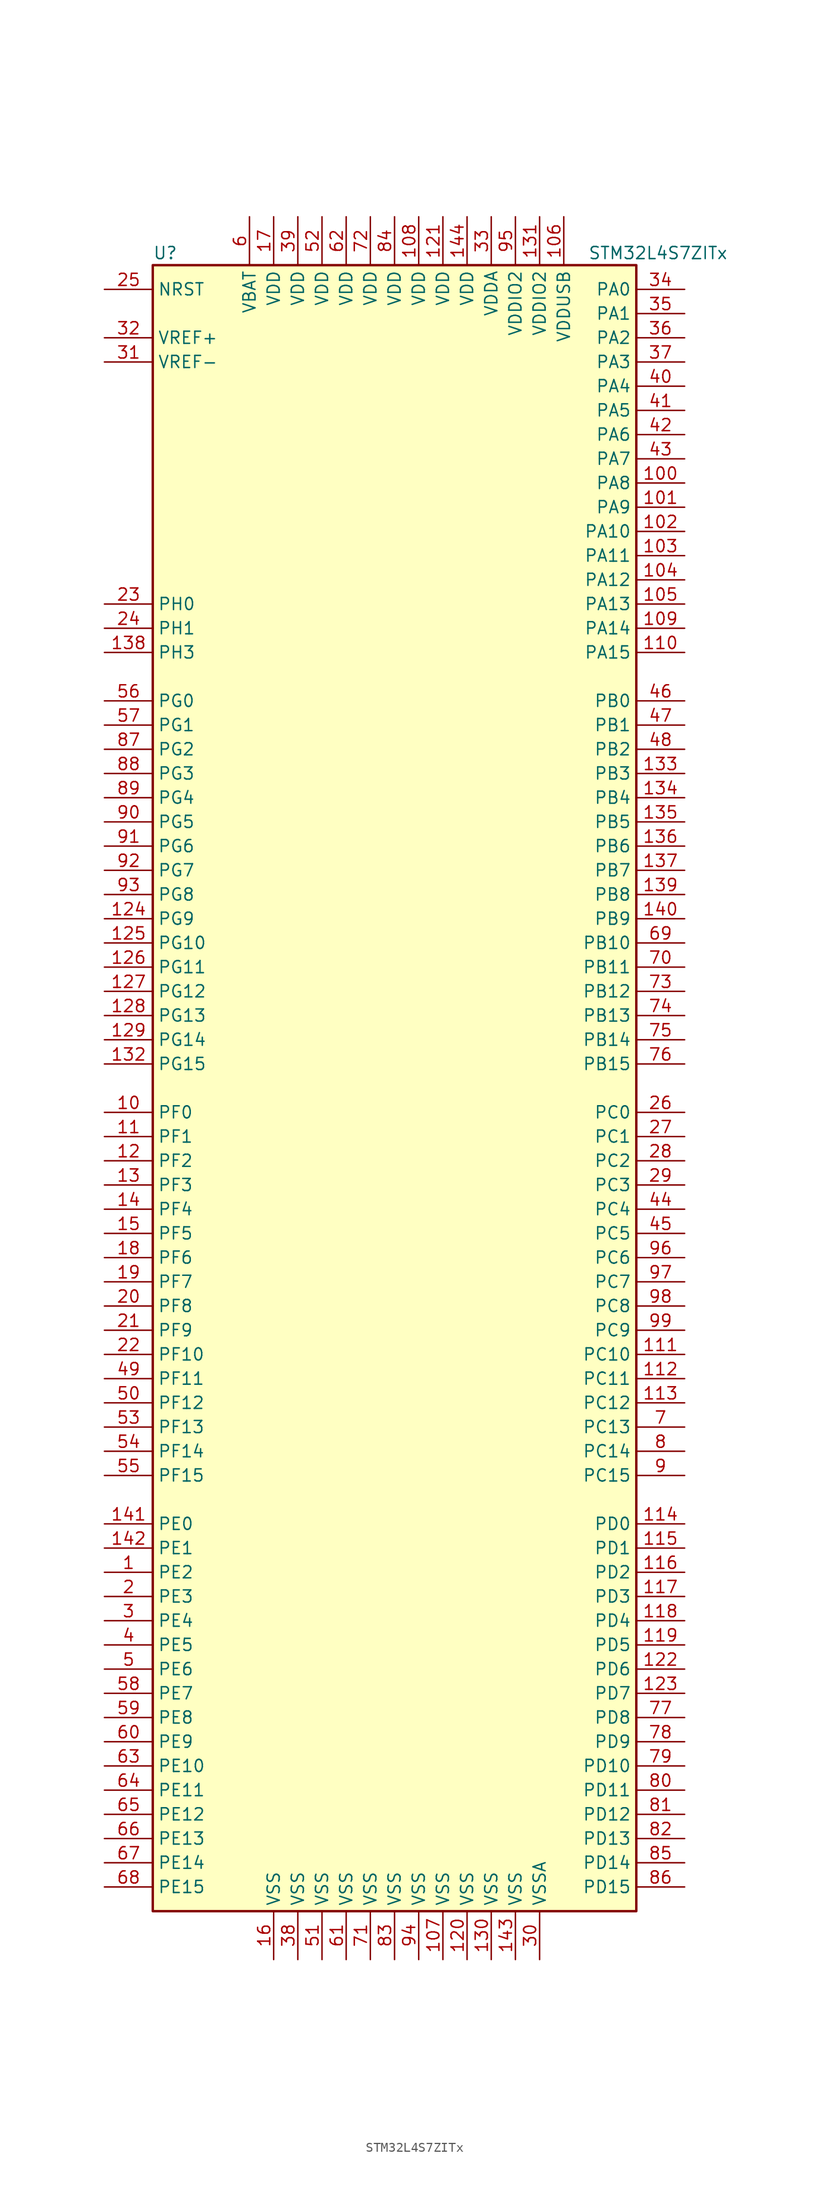
<source format=kicad_sym>
(kicad_symbol_lib
  (version 20220914)
  (generator kicad_symbol_editor)
  (symbol "STM32L4S7ZITx"
    (property "Reference" "U"
      (at -25.4 87.63 0)
      (effects (font (size 1.27 1.27)) (justify left)))
    (property "Value" "STM32L4S7ZITx"
      (at 20.32 87.63 0)
      (effects (font (size 1.27 1.27)) (justify left)))
    (symbol "STM32L4S7ZITx_0_1"
      (rectangle (start -25.4 -86.36) (end 25.4 86.36) (stroke (width 0.254) (type default)) (fill (type background))))
    (symbol "STM32L4S7ZITx_1_1"
      (pin bidirectional line (at -30.48 -50.8 0) (length 5.08) (name "PE2" (effects (font (size 1.27 1.27)))) (number "1" (effects (font (size 1.27 1.27)))))
      (pin bidirectional line (at -30.48 -2.54 0) (length 5.08) (name "PF0" (effects (font (size 1.27 1.27)))) (number "10" (effects (font (size 1.27 1.27)))))
      (pin bidirectional line (at 30.48 63.5 180) (length 5.08) (name "PA8" (effects (font (size 1.27 1.27)))) (number "100" (effects (font (size 1.27 1.27)))))
      (pin bidirectional line (at 30.48 60.96 180) (length 5.08) (name "PA9" (effects (font (size 1.27 1.27)))) (number "101" (effects (font (size 1.27 1.27)))))
      (pin bidirectional line (at 30.48 58.42 180) (length 5.08) (name "PA10" (effects (font (size 1.27 1.27)))) (number "102" (effects (font (size 1.27 1.27)))))
      (pin bidirectional line (at 30.48 55.88 180) (length 5.08) (name "PA11" (effects (font (size 1.27 1.27)))) (number "103" (effects (font (size 1.27 1.27)))))
      (pin bidirectional line (at 30.48 53.34 180) (length 5.08) (name "PA12" (effects (font (size 1.27 1.27)))) (number "104" (effects (font (size 1.27 1.27)))))
      (pin bidirectional line (at 30.48 50.8 180) (length 5.08) (name "PA13" (effects (font (size 1.27 1.27)))) (number "105" (effects (font (size 1.27 1.27)))))
      (pin power_in line (at 17.78 91.44 270) (length 5.08) (name "VDDUSB" (effects (font (size 1.27 1.27)))) (number "106" (effects (font (size 1.27 1.27)))))
      (pin power_in line (at 5.08 -91.44 90) (length 5.08) (name "VSS" (effects (font (size 1.27 1.27)))) (number "107" (effects (font (size 1.27 1.27)))))
      (pin power_in line (at 2.54 91.44 270) (length 5.08) (name "VDD" (effects (font (size 1.27 1.27)))) (number "108" (effects (font (size 1.27 1.27)))))
      (pin bidirectional line (at 30.48 48.26 180) (length 5.08) (name "PA14" (effects (font (size 1.27 1.27)))) (number "109" (effects (font (size 1.27 1.27)))))
      (pin bidirectional line (at -30.48 -5.08 0) (length 5.08) (name "PF1" (effects (font (size 1.27 1.27)))) (number "11" (effects (font (size 1.27 1.27)))))
      (pin bidirectional line (at 30.48 45.72 180) (length 5.08) (name "PA15" (effects (font (size 1.27 1.27)))) (number "110" (effects (font (size 1.27 1.27)))))
      (pin bidirectional line (at 30.48 -27.94 180) (length 5.08) (name "PC10" (effects (font (size 1.27 1.27)))) (number "111" (effects (font (size 1.27 1.27)))))
      (pin bidirectional line (at 30.48 -30.48 180) (length 5.08) (name "PC11" (effects (font (size 1.27 1.27)))) (number "112" (effects (font (size 1.27 1.27)))))
      (pin bidirectional line (at 30.48 -33.02 180) (length 5.08) (name "PC12" (effects (font (size 1.27 1.27)))) (number "113" (effects (font (size 1.27 1.27)))))
      (pin bidirectional line (at 30.48 -45.72 180) (length 5.08) (name "PD0" (effects (font (size 1.27 1.27)))) (number "114" (effects (font (size 1.27 1.27)))))
      (pin bidirectional line (at 30.48 -48.26 180) (length 5.08) (name "PD1" (effects (font (size 1.27 1.27)))) (number "115" (effects (font (size 1.27 1.27)))))
      (pin bidirectional line (at 30.48 -50.8 180) (length 5.08) (name "PD2" (effects (font (size 1.27 1.27)))) (number "116" (effects (font (size 1.27 1.27)))))
      (pin bidirectional line (at 30.48 -53.34 180) (length 5.08) (name "PD3" (effects (font (size 1.27 1.27)))) (number "117" (effects (font (size 1.27 1.27)))))
      (pin bidirectional line (at 30.48 -55.88 180) (length 5.08) (name "PD4" (effects (font (size 1.27 1.27)))) (number "118" (effects (font (size 1.27 1.27)))))
      (pin bidirectional line (at 30.48 -58.42 180) (length 5.08) (name "PD5" (effects (font (size 1.27 1.27)))) (number "119" (effects (font (size 1.27 1.27)))))
      (pin bidirectional line (at -30.48 -7.62 0) (length 5.08) (name "PF2" (effects (font (size 1.27 1.27)))) (number "12" (effects (font (size 1.27 1.27)))))
      (pin power_in line (at 7.62 -91.44 90) (length 5.08) (name "VSS" (effects (font (size 1.27 1.27)))) (number "120" (effects (font (size 1.27 1.27)))))
      (pin power_in line (at 5.08 91.44 270) (length 5.08) (name "VDD" (effects (font (size 1.27 1.27)))) (number "121" (effects (font (size 1.27 1.27)))))
      (pin bidirectional line (at 30.48 -60.96 180) (length 5.08) (name "PD6" (effects (font (size 1.27 1.27)))) (number "122" (effects (font (size 1.27 1.27)))))
      (pin bidirectional line (at 30.48 -63.5 180) (length 5.08) (name "PD7" (effects (font (size 1.27 1.27)))) (number "123" (effects (font (size 1.27 1.27)))))
      (pin bidirectional line (at -30.48 17.78 0) (length 5.08) (name "PG9" (effects (font (size 1.27 1.27)))) (number "124" (effects (font (size 1.27 1.27)))))
      (pin bidirectional line (at -30.48 15.24 0) (length 5.08) (name "PG10" (effects (font (size 1.27 1.27)))) (number "125" (effects (font (size 1.27 1.27)))))
      (pin bidirectional line (at -30.48 12.7 0) (length 5.08) (name "PG11" (effects (font (size 1.27 1.27)))) (number "126" (effects (font (size 1.27 1.27)))))
      (pin bidirectional line (at -30.48 10.16 0) (length 5.08) (name "PG12" (effects (font (size 1.27 1.27)))) (number "127" (effects (font (size 1.27 1.27)))))
      (pin bidirectional line (at -30.48 7.62 0) (length 5.08) (name "PG13" (effects (font (size 1.27 1.27)))) (number "128" (effects (font (size 1.27 1.27)))))
      (pin bidirectional line (at -30.48 5.08 0) (length 5.08) (name "PG14" (effects (font (size 1.27 1.27)))) (number "129" (effects (font (size 1.27 1.27)))))
      (pin bidirectional line (at -30.48 -10.16 0) (length 5.08) (name "PF3" (effects (font (size 1.27 1.27)))) (number "13" (effects (font (size 1.27 1.27)))))
      (pin power_in line (at 10.16 -91.44 90) (length 5.08) (name "VSS" (effects (font (size 1.27 1.27)))) (number "130" (effects (font (size 1.27 1.27)))))
      (pin power_in line (at 15.24 91.44 270) (length 5.08) (name "VDDIO2" (effects (font (size 1.27 1.27)))) (number "131" (effects (font (size 1.27 1.27)))))
      (pin bidirectional line (at -30.48 2.54 0) (length 5.08) (name "PG15" (effects (font (size 1.27 1.27)))) (number "132" (effects (font (size 1.27 1.27)))))
      (pin bidirectional line (at 30.48 33.02 180) (length 5.08) (name "PB3" (effects (font (size 1.27 1.27)))) (number "133" (effects (font (size 1.27 1.27)))))
      (pin bidirectional line (at 30.48 30.48 180) (length 5.08) (name "PB4" (effects (font (size 1.27 1.27)))) (number "134" (effects (font (size 1.27 1.27)))))
      (pin bidirectional line (at 30.48 27.94 180) (length 5.08) (name "PB5" (effects (font (size 1.27 1.27)))) (number "135" (effects (font (size 1.27 1.27)))))
      (pin bidirectional line (at 30.48 25.4 180) (length 5.08) (name "PB6" (effects (font (size 1.27 1.27)))) (number "136" (effects (font (size 1.27 1.27)))))
      (pin bidirectional line (at 30.48 22.86 180) (length 5.08) (name "PB7" (effects (font (size 1.27 1.27)))) (number "137" (effects (font (size 1.27 1.27)))))
      (pin bidirectional line (at -30.48 45.72 0) (length 5.08) (name "PH3" (effects (font (size 1.27 1.27)))) (number "138" (effects (font (size 1.27 1.27)))))
      (pin bidirectional line (at 30.48 20.32 180) (length 5.08) (name "PB8" (effects (font (size 1.27 1.27)))) (number "139" (effects (font (size 1.27 1.27)))))
      (pin bidirectional line (at -30.48 -12.7 0) (length 5.08) (name "PF4" (effects (font (size 1.27 1.27)))) (number "14" (effects (font (size 1.27 1.27)))))
      (pin bidirectional line (at 30.48 17.78 180) (length 5.08) (name "PB9" (effects (font (size 1.27 1.27)))) (number "140" (effects (font (size 1.27 1.27)))))
      (pin bidirectional line (at -30.48 -45.72 0) (length 5.08) (name "PE0" (effects (font (size 1.27 1.27)))) (number "141" (effects (font (size 1.27 1.27)))))
      (pin bidirectional line (at -30.48 -48.26 0) (length 5.08) (name "PE1" (effects (font (size 1.27 1.27)))) (number "142" (effects (font (size 1.27 1.27)))))
      (pin power_in line (at 12.7 -91.44 90) (length 5.08) (name "VSS" (effects (font (size 1.27 1.27)))) (number "143" (effects (font (size 1.27 1.27)))))
      (pin power_in line (at 7.62 91.44 270) (length 5.08) (name "VDD" (effects (font (size 1.27 1.27)))) (number "144" (effects (font (size 1.27 1.27)))))
      (pin bidirectional line (at -30.48 -15.24 0) (length 5.08) (name "PF5" (effects (font (size 1.27 1.27)))) (number "15" (effects (font (size 1.27 1.27)))))
      (pin power_in line (at -12.7 -91.44 90) (length 5.08) (name "VSS" (effects (font (size 1.27 1.27)))) (number "16" (effects (font (size 1.27 1.27)))))
      (pin power_in line (at -12.7 91.44 270) (length 5.08) (name "VDD" (effects (font (size 1.27 1.27)))) (number "17" (effects (font (size 1.27 1.27)))))
      (pin bidirectional line (at -30.48 -17.78 0) (length 5.08) (name "PF6" (effects (font (size 1.27 1.27)))) (number "18" (effects (font (size 1.27 1.27)))))
      (pin bidirectional line (at -30.48 -20.32 0) (length 5.08) (name "PF7" (effects (font (size 1.27 1.27)))) (number "19" (effects (font (size 1.27 1.27)))))
      (pin bidirectional line (at -30.48 -53.34 0) (length 5.08) (name "PE3" (effects (font (size 1.27 1.27)))) (number "2" (effects (font (size 1.27 1.27)))))
      (pin bidirectional line (at -30.48 -22.86 0) (length 5.08) (name "PF8" (effects (font (size 1.27 1.27)))) (number "20" (effects (font (size 1.27 1.27)))))
      (pin bidirectional line (at -30.48 -25.4 0) (length 5.08) (name "PF9" (effects (font (size 1.27 1.27)))) (number "21" (effects (font (size 1.27 1.27)))))
      (pin bidirectional line (at -30.48 -27.94 0) (length 5.08) (name "PF10" (effects (font (size 1.27 1.27)))) (number "22" (effects (font (size 1.27 1.27)))))
      (pin input line (at -30.48 50.8 0) (length 5.08) (name "PH0" (effects (font (size 1.27 1.27)))) (number "23" (effects (font (size 1.27 1.27)))))
      (pin input line (at -30.48 48.26 0) (length 5.08) (name "PH1" (effects (font (size 1.27 1.27)))) (number "24" (effects (font (size 1.27 1.27)))))
      (pin input line (at -30.48 83.82 0) (length 5.08) (name "NRST" (effects (font (size 1.27 1.27)))) (number "25" (effects (font (size 1.27 1.27)))))
      (pin bidirectional line (at 30.48 -2.54 180) (length 5.08) (name "PC0" (effects (font (size 1.27 1.27)))) (number "26" (effects (font (size 1.27 1.27)))))
      (pin bidirectional line (at 30.48 -5.08 180) (length 5.08) (name "PC1" (effects (font (size 1.27 1.27)))) (number "27" (effects (font (size 1.27 1.27)))))
      (pin bidirectional line (at 30.48 -7.62 180) (length 5.08) (name "PC2" (effects (font (size 1.27 1.27)))) (number "28" (effects (font (size 1.27 1.27)))))
      (pin bidirectional line (at 30.48 -10.16 180) (length 5.08) (name "PC3" (effects (font (size 1.27 1.27)))) (number "29" (effects (font (size 1.27 1.27)))))
      (pin bidirectional line (at -30.48 -55.88 0) (length 5.08) (name "PE4" (effects (font (size 1.27 1.27)))) (number "3" (effects (font (size 1.27 1.27)))))
      (pin power_in line (at 15.24 -91.44 90) (length 5.08) (name "VSSA" (effects (font (size 1.27 1.27)))) (number "30" (effects (font (size 1.27 1.27)))))
      (pin power_in line (at -30.48 76.2 0) (length 5.08) (name "VREF-" (effects (font (size 1.27 1.27)))) (number "31" (effects (font (size 1.27 1.27)))))
      (pin bidirectional line (at -30.48 78.74 0) (length 5.08) (name "VREF+" (effects (font (size 1.27 1.27)))) (number "32" (effects (font (size 1.27 1.27)))))
      (pin power_in line (at 10.16 91.44 270) (length 5.08) (name "VDDA" (effects (font (size 1.27 1.27)))) (number "33" (effects (font (size 1.27 1.27)))))
      (pin bidirectional line (at 30.48 83.82 180) (length 5.08) (name "PA0" (effects (font (size 1.27 1.27)))) (number "34" (effects (font (size 1.27 1.27)))))
      (pin bidirectional line (at 30.48 81.28 180) (length 5.08) (name "PA1" (effects (font (size 1.27 1.27)))) (number "35" (effects (font (size 1.27 1.27)))))
      (pin bidirectional line (at 30.48 78.74 180) (length 5.08) (name "PA2" (effects (font (size 1.27 1.27)))) (number "36" (effects (font (size 1.27 1.27)))))
      (pin bidirectional line (at 30.48 76.2 180) (length 5.08) (name "PA3" (effects (font (size 1.27 1.27)))) (number "37" (effects (font (size 1.27 1.27)))))
      (pin power_in line (at -10.16 -91.44 90) (length 5.08) (name "VSS" (effects (font (size 1.27 1.27)))) (number "38" (effects (font (size 1.27 1.27)))))
      (pin power_in line (at -10.16 91.44 270) (length 5.08) (name "VDD" (effects (font (size 1.27 1.27)))) (number "39" (effects (font (size 1.27 1.27)))))
      (pin bidirectional line (at -30.48 -58.42 0) (length 5.08) (name "PE5" (effects (font (size 1.27 1.27)))) (number "4" (effects (font (size 1.27 1.27)))))
      (pin bidirectional line (at 30.48 73.66 180) (length 5.08) (name "PA4" (effects (font (size 1.27 1.27)))) (number "40" (effects (font (size 1.27 1.27)))))
      (pin bidirectional line (at 30.48 71.12 180) (length 5.08) (name "PA5" (effects (font (size 1.27 1.27)))) (number "41" (effects (font (size 1.27 1.27)))))
      (pin bidirectional line (at 30.48 68.58 180) (length 5.08) (name "PA6" (effects (font (size 1.27 1.27)))) (number "42" (effects (font (size 1.27 1.27)))))
      (pin bidirectional line (at 30.48 66.04 180) (length 5.08) (name "PA7" (effects (font (size 1.27 1.27)))) (number "43" (effects (font (size 1.27 1.27)))))
      (pin bidirectional line (at 30.48 -12.7 180) (length 5.08) (name "PC4" (effects (font (size 1.27 1.27)))) (number "44" (effects (font (size 1.27 1.27)))))
      (pin bidirectional line (at 30.48 -15.24 180) (length 5.08) (name "PC5" (effects (font (size 1.27 1.27)))) (number "45" (effects (font (size 1.27 1.27)))))
      (pin bidirectional line (at 30.48 40.64 180) (length 5.08) (name "PB0" (effects (font (size 1.27 1.27)))) (number "46" (effects (font (size 1.27 1.27)))))
      (pin bidirectional line (at 30.48 38.1 180) (length 5.08) (name "PB1" (effects (font (size 1.27 1.27)))) (number "47" (effects (font (size 1.27 1.27)))))
      (pin bidirectional line (at 30.48 35.56 180) (length 5.08) (name "PB2" (effects (font (size 1.27 1.27)))) (number "48" (effects (font (size 1.27 1.27)))))
      (pin bidirectional line (at -30.48 -30.48 0) (length 5.08) (name "PF11" (effects (font (size 1.27 1.27)))) (number "49" (effects (font (size 1.27 1.27)))))
      (pin bidirectional line (at -30.48 -60.96 0) (length 5.08) (name "PE6" (effects (font (size 1.27 1.27)))) (number "5" (effects (font (size 1.27 1.27)))))
      (pin bidirectional line (at -30.48 -33.02 0) (length 5.08) (name "PF12" (effects (font (size 1.27 1.27)))) (number "50" (effects (font (size 1.27 1.27)))))
      (pin power_in line (at -7.62 -91.44 90) (length 5.08) (name "VSS" (effects (font (size 1.27 1.27)))) (number "51" (effects (font (size 1.27 1.27)))))
      (pin power_in line (at -7.62 91.44 270) (length 5.08) (name "VDD" (effects (font (size 1.27 1.27)))) (number "52" (effects (font (size 1.27 1.27)))))
      (pin bidirectional line (at -30.48 -35.56 0) (length 5.08) (name "PF13" (effects (font (size 1.27 1.27)))) (number "53" (effects (font (size 1.27 1.27)))))
      (pin bidirectional line (at -30.48 -38.1 0) (length 5.08) (name "PF14" (effects (font (size 1.27 1.27)))) (number "54" (effects (font (size 1.27 1.27)))))
      (pin bidirectional line (at -30.48 -40.64 0) (length 5.08) (name "PF15" (effects (font (size 1.27 1.27)))) (number "55" (effects (font (size 1.27 1.27)))))
      (pin bidirectional line (at -30.48 40.64 0) (length 5.08) (name "PG0" (effects (font (size 1.27 1.27)))) (number "56" (effects (font (size 1.27 1.27)))))
      (pin bidirectional line (at -30.48 38.1 0) (length 5.08) (name "PG1" (effects (font (size 1.27 1.27)))) (number "57" (effects (font (size 1.27 1.27)))))
      (pin bidirectional line (at -30.48 -63.5 0) (length 5.08) (name "PE7" (effects (font (size 1.27 1.27)))) (number "58" (effects (font (size 1.27 1.27)))))
      (pin bidirectional line (at -30.48 -66.04 0) (length 5.08) (name "PE8" (effects (font (size 1.27 1.27)))) (number "59" (effects (font (size 1.27 1.27)))))
      (pin power_in line (at -15.24 91.44 270) (length 5.08) (name "VBAT" (effects (font (size 1.27 1.27)))) (number "6" (effects (font (size 1.27 1.27)))))
      (pin bidirectional line (at -30.48 -68.58 0) (length 5.08) (name "PE9" (effects (font (size 1.27 1.27)))) (number "60" (effects (font (size 1.27 1.27)))))
      (pin power_in line (at -5.08 -91.44 90) (length 5.08) (name "VSS" (effects (font (size 1.27 1.27)))) (number "61" (effects (font (size 1.27 1.27)))))
      (pin power_in line (at -5.08 91.44 270) (length 5.08) (name "VDD" (effects (font (size 1.27 1.27)))) (number "62" (effects (font (size 1.27 1.27)))))
      (pin bidirectional line (at -30.48 -71.12 0) (length 5.08) (name "PE10" (effects (font (size 1.27 1.27)))) (number "63" (effects (font (size 1.27 1.27)))))
      (pin bidirectional line (at -30.48 -73.66 0) (length 5.08) (name "PE11" (effects (font (size 1.27 1.27)))) (number "64" (effects (font (size 1.27 1.27)))))
      (pin bidirectional line (at -30.48 -76.2 0) (length 5.08) (name "PE12" (effects (font (size 1.27 1.27)))) (number "65" (effects (font (size 1.27 1.27)))))
      (pin bidirectional line (at -30.48 -78.74 0) (length 5.08) (name "PE13" (effects (font (size 1.27 1.27)))) (number "66" (effects (font (size 1.27 1.27)))))
      (pin bidirectional line (at -30.48 -81.28 0) (length 5.08) (name "PE14" (effects (font (size 1.27 1.27)))) (number "67" (effects (font (size 1.27 1.27)))))
      (pin bidirectional line (at -30.48 -83.82 0) (length 5.08) (name "PE15" (effects (font (size 1.27 1.27)))) (number "68" (effects (font (size 1.27 1.27)))))
      (pin bidirectional line (at 30.48 15.24 180) (length 5.08) (name "PB10" (effects (font (size 1.27 1.27)))) (number "69" (effects (font (size 1.27 1.27)))))
      (pin bidirectional line (at 30.48 -35.56 180) (length 5.08) (name "PC13" (effects (font (size 1.27 1.27)))) (number "7" (effects (font (size 1.27 1.27)))))
      (pin bidirectional line (at 30.48 12.7 180) (length 5.08) (name "PB11" (effects (font (size 1.27 1.27)))) (number "70" (effects (font (size 1.27 1.27)))))
      (pin power_in line (at -2.54 -91.44 90) (length 5.08) (name "VSS" (effects (font (size 1.27 1.27)))) (number "71" (effects (font (size 1.27 1.27)))))
      (pin power_in line (at -2.54 91.44 270) (length 5.08) (name "VDD" (effects (font (size 1.27 1.27)))) (number "72" (effects (font (size 1.27 1.27)))))
      (pin bidirectional line (at 30.48 10.16 180) (length 5.08) (name "PB12" (effects (font (size 1.27 1.27)))) (number "73" (effects (font (size 1.27 1.27)))))
      (pin bidirectional line (at 30.48 7.62 180) (length 5.08) (name "PB13" (effects (font (size 1.27 1.27)))) (number "74" (effects (font (size 1.27 1.27)))))
      (pin bidirectional line (at 30.48 5.08 180) (length 5.08) (name "PB14" (effects (font (size 1.27 1.27)))) (number "75" (effects (font (size 1.27 1.27)))))
      (pin bidirectional line (at 30.48 2.54 180) (length 5.08) (name "PB15" (effects (font (size 1.27 1.27)))) (number "76" (effects (font (size 1.27 1.27)))))
      (pin bidirectional line (at 30.48 -66.04 180) (length 5.08) (name "PD8" (effects (font (size 1.27 1.27)))) (number "77" (effects (font (size 1.27 1.27)))))
      (pin bidirectional line (at 30.48 -68.58 180) (length 5.08) (name "PD9" (effects (font (size 1.27 1.27)))) (number "78" (effects (font (size 1.27 1.27)))))
      (pin bidirectional line (at 30.48 -71.12 180) (length 5.08) (name "PD10" (effects (font (size 1.27 1.27)))) (number "79" (effects (font (size 1.27 1.27)))))
      (pin bidirectional line (at 30.48 -38.1 180) (length 5.08) (name "PC14" (effects (font (size 1.27 1.27)))) (number "8" (effects (font (size 1.27 1.27)))))
      (pin bidirectional line (at 30.48 -73.66 180) (length 5.08) (name "PD11" (effects (font (size 1.27 1.27)))) (number "80" (effects (font (size 1.27 1.27)))))
      (pin bidirectional line (at 30.48 -76.2 180) (length 5.08) (name "PD12" (effects (font (size 1.27 1.27)))) (number "81" (effects (font (size 1.27 1.27)))))
      (pin bidirectional line (at 30.48 -78.74 180) (length 5.08) (name "PD13" (effects (font (size 1.27 1.27)))) (number "82" (effects (font (size 1.27 1.27)))))
      (pin power_in line (at 0 -91.44 90) (length 5.08) (name "VSS" (effects (font (size 1.27 1.27)))) (number "83" (effects (font (size 1.27 1.27)))))
      (pin power_in line (at 0 91.44 270) (length 5.08) (name "VDD" (effects (font (size 1.27 1.27)))) (number "84" (effects (font (size 1.27 1.27)))))
      (pin bidirectional line (at 30.48 -81.28 180) (length 5.08) (name "PD14" (effects (font (size 1.27 1.27)))) (number "85" (effects (font (size 1.27 1.27)))))
      (pin bidirectional line (at 30.48 -83.82 180) (length 5.08) (name "PD15" (effects (font (size 1.27 1.27)))) (number "86" (effects (font (size 1.27 1.27)))))
      (pin bidirectional line (at -30.48 35.56 0) (length 5.08) (name "PG2" (effects (font (size 1.27 1.27)))) (number "87" (effects (font (size 1.27 1.27)))))
      (pin bidirectional line (at -30.48 33.02 0) (length 5.08) (name "PG3" (effects (font (size 1.27 1.27)))) (number "88" (effects (font (size 1.27 1.27)))))
      (pin bidirectional line (at -30.48 30.48 0) (length 5.08) (name "PG4" (effects (font (size 1.27 1.27)))) (number "89" (effects (font (size 1.27 1.27)))))
      (pin bidirectional line (at 30.48 -40.64 180) (length 5.08) (name "PC15" (effects (font (size 1.27 1.27)))) (number "9" (effects (font (size 1.27 1.27)))))
      (pin bidirectional line (at -30.48 27.94 0) (length 5.08) (name "PG5" (effects (font (size 1.27 1.27)))) (number "90" (effects (font (size 1.27 1.27)))))
      (pin bidirectional line (at -30.48 25.4 0) (length 5.08) (name "PG6" (effects (font (size 1.27 1.27)))) (number "91" (effects (font (size 1.27 1.27)))))
      (pin bidirectional line (at -30.48 22.86 0) (length 5.08) (name "PG7" (effects (font (size 1.27 1.27)))) (number "92" (effects (font (size 1.27 1.27)))))
      (pin bidirectional line (at -30.48 20.32 0) (length 5.08) (name "PG8" (effects (font (size 1.27 1.27)))) (number "93" (effects (font (size 1.27 1.27)))))
      (pin power_in line (at 2.54 -91.44 90) (length 5.08) (name "VSS" (effects (font (size 1.27 1.27)))) (number "94" (effects (font (size 1.27 1.27)))))
      (pin power_in line (at 12.7 91.44 270) (length 5.08) (name "VDDIO2" (effects (font (size 1.27 1.27)))) (number "95" (effects (font (size 1.27 1.27)))))
      (pin bidirectional line (at 30.48 -17.78 180) (length 5.08) (name "PC6" (effects (font (size 1.27 1.27)))) (number "96" (effects (font (size 1.27 1.27)))))
      (pin bidirectional line (at 30.48 -20.32 180) (length 5.08) (name "PC7" (effects (font (size 1.27 1.27)))) (number "97" (effects (font (size 1.27 1.27)))))
      (pin bidirectional line (at 30.48 -22.86 180) (length 5.08) (name "PC8" (effects (font (size 1.27 1.27)))) (number "98" (effects (font (size 1.27 1.27)))))
      (pin bidirectional line (at 30.48 -25.4 180) (length 5.08) (name "PC9" (effects (font (size 1.27 1.27)))) (number "99" (effects (font (size 1.27 1.27))))))))
</source>
